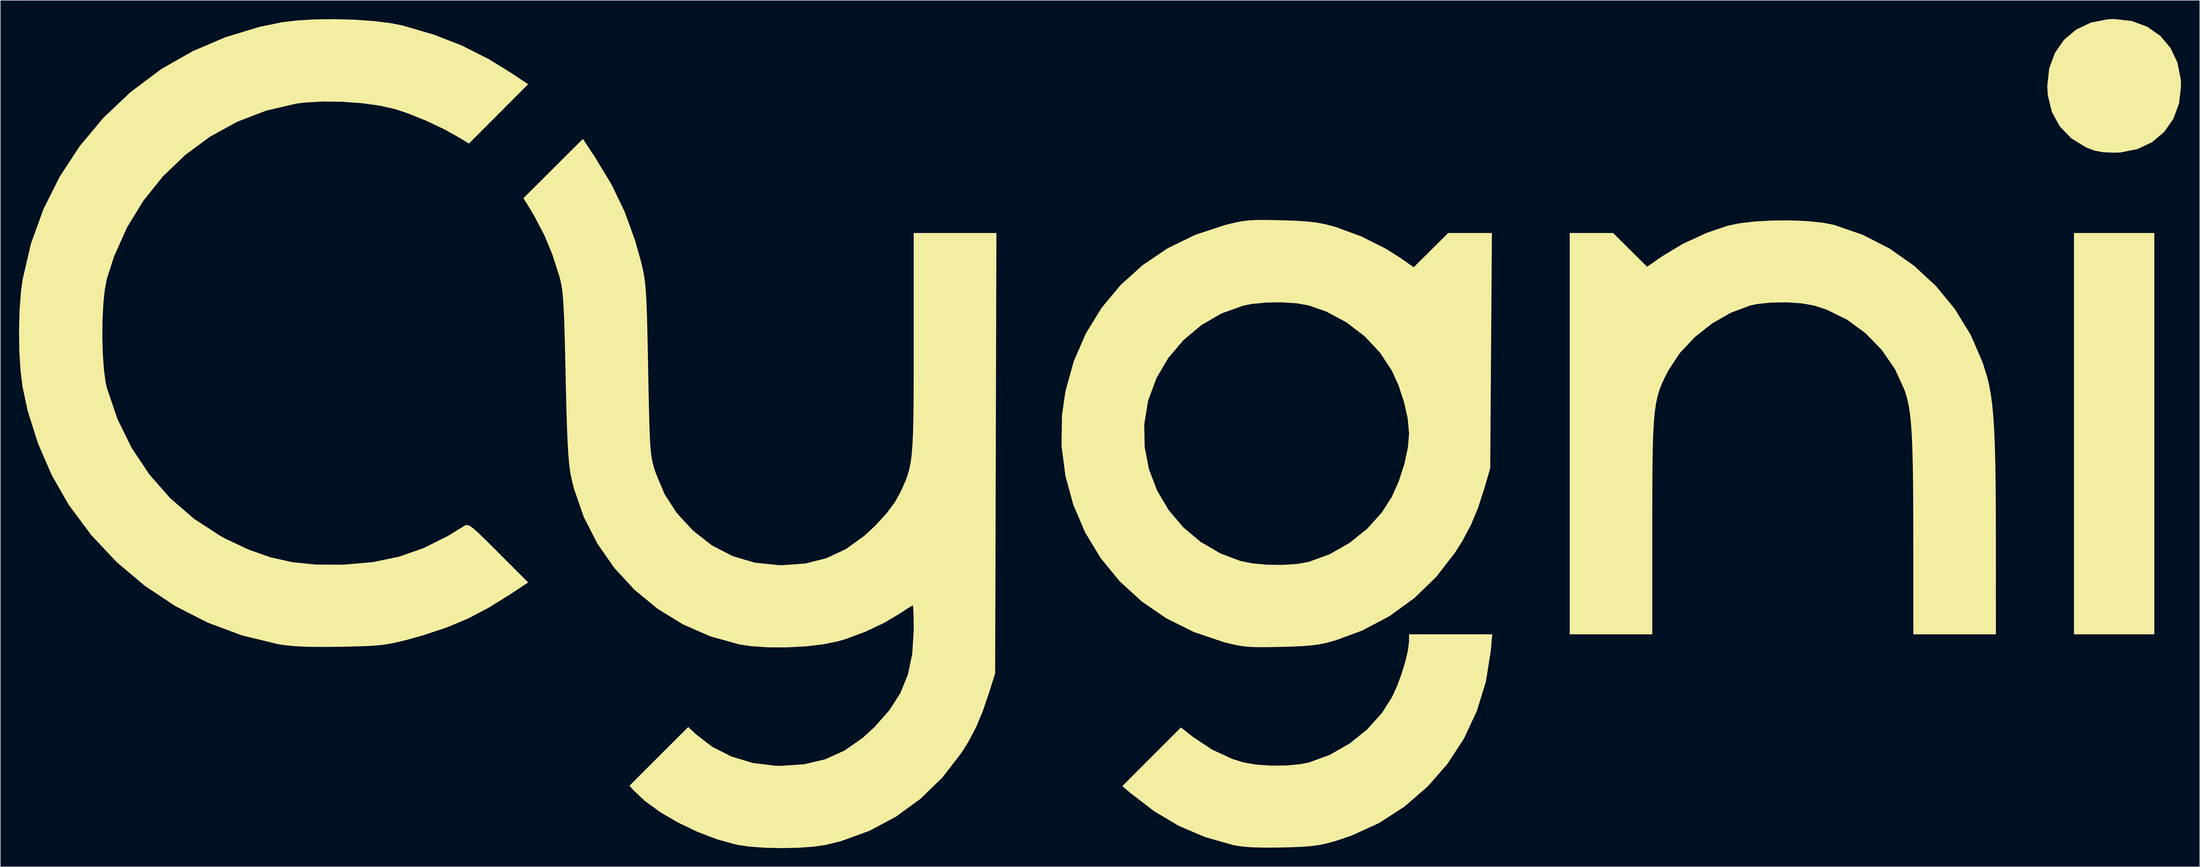
<source format=kicad_pcb>
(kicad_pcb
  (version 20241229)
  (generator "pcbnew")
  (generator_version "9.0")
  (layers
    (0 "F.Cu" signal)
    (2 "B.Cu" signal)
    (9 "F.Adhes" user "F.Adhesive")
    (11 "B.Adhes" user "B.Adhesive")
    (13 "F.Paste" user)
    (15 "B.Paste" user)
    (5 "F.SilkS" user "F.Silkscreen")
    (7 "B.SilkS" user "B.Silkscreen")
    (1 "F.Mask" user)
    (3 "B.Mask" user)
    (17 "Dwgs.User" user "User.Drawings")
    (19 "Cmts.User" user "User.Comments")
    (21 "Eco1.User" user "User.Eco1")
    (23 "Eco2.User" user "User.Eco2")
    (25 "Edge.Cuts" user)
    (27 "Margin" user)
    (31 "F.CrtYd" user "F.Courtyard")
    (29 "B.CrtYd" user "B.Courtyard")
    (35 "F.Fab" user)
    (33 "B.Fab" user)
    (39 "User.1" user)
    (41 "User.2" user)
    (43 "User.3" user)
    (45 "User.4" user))
  (footprint "cygni_logo"
    (layer "F.Cu")
    (at 173.141 66.534)
    (property "Reference" "cygni_logo" (at 0 0 0) (layer "F.SilkS") (effects (font (size 1.5 1.5) (thickness 0.3))))
    (attr board_only exclude_from_pos_files exclude_from_bom)
    (fp_poly (pts (xy 169.214 0) (xy 169.214 32.197) (xy 162.775 32.197) (xy 156.335 32.197) (xy 156.335 0) (xy 156.335 -32.197) (xy 162.775 -32.197) (xy 169.214 -32.197)) (stroke (width 0) (type solid)) (fill yes) (layer "F.SilkS"))
    (fp_poly (pts (xy 165.596 -66.213) (xy 168.082 -65.293) (xy 170.172 -63.834) (xy 171.806 -61.896) (xy 172.922 -59.541) (xy 173.46 -56.831) (xy 173.5 -55.808) (xy 173.18 -52.988) (xy 172.259 -50.501) (xy 170.8 -48.411) (xy 168.862 -46.777) (xy 166.507 -45.661) (xy 163.797 -45.123) (xy 162.775 -45.083) (xy 160.994 -45.158) (xy 159.595 -45.423) (xy 158.266 -45.933) (xy 155.881 -47.405) (xy 154.044 -49.323) (xy 152.786 -51.638) (xy 152.137 -54.303) (xy 152.049 -55.808) (xy 152.37 -58.629) (xy 153.29 -61.116) (xy 154.75 -63.206) (xy 156.687 -64.84) (xy 159.042 -65.956) (xy 161.752 -66.494) (xy 162.775 -66.534)) (stroke (width 0) (type solid)) (fill yes) (layer "F.SilkS"))
    (fp_poly (pts (xy 62.815 34.97) (xy 62.034 39.831) (xy 60.594 44.506) (xy 58.534 48.916) (xy 55.889 52.983) (xy 52.71 56.614) (xy 48.959 59.866) (xy 44.921 62.478) (xy 40.524 64.493) (xy 38.082 65.317) (xy 36.686 65.708) (xy 35.409 65.986) (xy 34.061 66.175) (xy 32.456 66.297) (xy 30.404 66.375) (xy 29.335 66.402) (xy 26.522 66.428) (xy 24.303 66.362) (xy 22.564 66.199) (xy 21.505 66.009) (xy 16.981 64.717) (xy 12.827 62.943) (xy 8.893 60.61) (xy 5.03 57.643) (xy 5.008 57.624) (xy 3.756 56.553) (xy 8.452 51.845) (xy 13.148 47.136) (xy 15.052 48.641) (xy 18.094 50.671) (xy 21.369 52.183) (xy 23.155 52.742) (xy 25.156 53.096) (xy 27.531 53.264) (xy 29.994 53.247) (xy 32.26 53.043) (xy 33.628 52.775) (xy 36.987 51.551) (xy 40.15 49.752) (xy 42.988 47.478) (xy 45.373 44.829) (xy 46.969 42.322) (xy 47.763 40.592) (xy 48.502 38.607) (xy 49.12 36.587) (xy 49.549 34.748) (xy 49.726 33.31) (xy 49.727 33.213) (xy 49.727 32.197) (xy 56.394 32.197) (xy 63.062 32.197)) (stroke (width 0) (type solid)) (fill yes) (layer "F.SilkS"))
    (fp_poly (pts (xy 113.653 -34.1) (xy 116.111 -33.843) (xy 117.877 -33.496) (xy 122.475 -31.905) (xy 126.769 -29.702) (xy 130.701 -26.94) (xy 134.216 -23.675) (xy 137.257 -19.965) (xy 139.768 -15.863) (xy 141.692 -11.427) (xy 142.368 -9.277) (xy 142.694 -7.968) (xy 142.969 -6.529) (xy 143.198 -4.893) (xy 143.385 -2.994) (xy 143.532 -0.766) (xy 143.644 1.857) (xy 143.724 4.942) (xy 143.776 8.554) (xy 143.804 12.761) (xy 143.811 16.725) (xy 143.814 32.197) (xy 137.196 32.197) (xy 130.577 32.197) (xy 130.571 16.725) (xy 130.562 12.266) (xy 130.538 8.457) (xy 130.493 5.231) (xy 130.425 2.52) (xy 130.329 0.26) (xy 130.201 -1.617) (xy 130.038 -3.178) (xy 129.836 -4.487) (xy 129.59 -5.613) (xy 129.298 -6.62) (xy 129.18 -6.965) (xy 127.627 -10.366) (xy 125.51 -13.443) (xy 122.916 -16.114) (xy 119.932 -18.299) (xy 116.645 -19.916) (xy 114.639 -20.56) (xy 112.63 -20.913) (xy 110.253 -21.073) (xy 107.802 -21.037) (xy 105.572 -20.807) (xy 104.478 -20.579) (xy 101.334 -19.413) (xy 98.295 -17.67) (xy 95.511 -15.467) (xy 93.134 -12.926) (xy 91.312 -10.164) (xy 91.294 -10.129) (xy 90.741 -9.048) (xy 90.273 -8.043) (xy 89.884 -7.042) (xy 89.566 -5.978) (xy 89.311 -4.78) (xy 89.114 -3.379) (xy 88.966 -1.706) (xy 88.861 0.309) (xy 88.791 2.736) (xy 88.749 5.643) (xy 88.728 9.1) (xy 88.721 13.177) (xy 88.721 14.904) (xy 88.721 32.197) (xy 82.103 32.197) (xy 75.485 32.197) (xy 75.485 0) (xy 75.485 -32.197) (xy 78.965 -32.197) (xy 82.445 -32.197) (xy 85.17 -29.488) (xy 87.896 -26.778) (xy 90.258 -28.429) (xy 93.621 -30.464) (xy 97.404 -32.2) (xy 100.743 -33.345) (xy 102.73 -33.762) (xy 105.218 -34.048) (xy 108.003 -34.201) (xy 110.882 -34.219)) (stroke (width 0) (type solid)) (fill yes) (layer "F.SilkS"))
    (fp_poly (pts (xy 27.069 -34.292) (xy 29.252 -34.241) (xy 29.335 -34.239) (xy 31.676 -34.154) (xy 33.491 -34.036) (xy 34.967 -33.861) (xy 36.295 -33.605) (xy 37.663 -33.244) (xy 38.024 -33.137) (xy 42.114 -31.63) (xy 46.035 -29.656) (xy 48.402 -28.153) (xy 50.477 -26.703) (xy 53.24 -29.45) (xy 56.003 -32.197) (xy 59.506 -32.197) (xy 63.009 -32.197) (xy 62.874 -13.326) (xy 62.739 5.545) (xy 61.804 8.765) (xy 60.787 11.91) (xy 59.66 14.624) (xy 58.291 17.19) (xy 57.061 19.139) (xy 54.061 23.01) (xy 50.552 26.403) (xy 46.595 29.274) (xy 42.251 31.577) (xy 38.082 33.121) (xy 36.716 33.506) (xy 35.464 33.781) (xy 34.147 33.971) (xy 32.583 34.096) (xy 30.59 34.179) (xy 29.156 34.216) (xy 26.911 34.258) (xy 25.202 34.255) (xy 23.851 34.191) (xy 22.679 34.051) (xy 21.507 33.821) (xy 20.158 33.485) (xy 20.034 33.452) (xy 15.242 31.837) (xy 10.834 29.644) (xy 6.848 26.911) (xy 3.322 23.679) (xy 0.296 19.989) (xy -2.195 15.88) (xy -4.11 11.392) (xy -5.368 6.79) (xy -6 1.911) (xy -5.946 -1.465) (xy 7.269 -1.465) (xy 7.342 2.21) (xy 8.044 5.769) (xy 9.333 9.136) (xy 11.166 12.239) (xy 13.502 15.005) (xy 16.297 17.36) (xy 19.508 19.231) (xy 22.717 20.438) (xy 24.641 20.821) (xy 26.974 21.028) (xy 29.439 21.058) (xy 31.76 20.906) (xy 33.628 20.578) (xy 36.987 19.354) (xy 40.15 17.554) (xy 42.988 15.281) (xy 45.373 12.632) (xy 46.969 10.124) (xy 48.093 7.6) (xy 48.974 4.874) (xy 49.542 2.205) (xy 49.727 0) (xy 49.514 -2.384) (xy 48.923 -5.062) (xy 48.025 -7.774) (xy 46.974 -10.102) (xy 45.054 -13.026) (xy 42.574 -15.65) (xy 39.661 -17.874) (xy 36.443 -19.598) (xy 33.628 -20.578) (xy 31.678 -20.92) (xy 29.323 -21.073) (xy 26.847 -21.038) (xy 24.533 -20.816) (xy 23.126 -20.54) (xy 19.624 -19.277) (xy 16.407 -17.407) (xy 13.551 -15.01) (xy 11.135 -12.162) (xy 9.237 -8.942) (xy 7.934 -5.43) (xy 7.869 -5.183) (xy 7.269 -1.465) (xy -5.946 -1.465) (xy -5.922 -2.991) (xy -5.368 -6.79) (xy -4.036 -11.607) (xy -2.095 -16.08) (xy 0.417 -20.169) (xy 3.464 -23.834) (xy 7.008 -27.038) (xy 11.012 -29.74) (xy 15.438 -31.902) (xy 20.213 -33.475) (xy 21.668 -33.834) (xy 22.893 -34.079) (xy 24.077 -34.226) (xy 25.406 -34.292)) (stroke (width 0) (type solid)) (fill yes) (layer "F.SilkS"))
    (fp_poly (pts (xy -119.24 -66.416) (xy -116.209 -66.201) (xy -113.529 -65.869) (xy -111.662 -65.498) (xy -106.645 -64.032) (xy -102.098 -62.259) (xy -97.812 -60.087) (xy -94.497 -58.048) (xy -91.509 -56.071) (xy -96.262 -51.308) (xy -101.016 -46.545) (xy -102.471 -47.448) (xy -104.986 -48.853) (xy -107.882 -50.221) (xy -110.83 -51.405) (xy -112.869 -52.082) (xy -115.328 -52.639) (xy -118.249 -53.035) (xy -121.392 -53.257) (xy -124.519 -53.291) (xy -127.391 -53.125) (xy -128.697 -52.955) (xy -133.563 -51.817) (xy -138.18 -50.037) (xy -142.5 -47.661) (xy -146.472 -44.734) (xy -150.049 -41.302) (xy -153.18 -37.409) (xy -155.818 -33.103) (xy -157.912 -28.427) (xy -159.054 -24.863) (xy -159.389 -23.108) (xy -159.622 -20.832) (xy -159.753 -18.223) (xy -159.781 -15.47) (xy -159.706 -12.759) (xy -159.529 -10.278) (xy -159.25 -8.216) (xy -159.054 -7.334) (xy -157.358 -2.345) (xy -155.076 2.297) (xy -152.245 6.544) (xy -148.905 10.345) (xy -145.095 13.652) (xy -140.854 16.415) (xy -140.006 16.872) (xy -136.344 18.601) (xy -132.843 19.838) (xy -129.305 20.625) (xy -125.534 21.006) (xy -121.332 21.023) (xy -121.024 21.012) (xy -116.435 20.614) (xy -112.24 19.747) (xy -108.264 18.357) (xy -104.328 16.386) (xy -101.871 14.874) (xy -101.563 14.7) (xy -101.253 14.657) (xy -100.861 14.802) (xy -100.309 15.197) (xy -99.518 15.9) (xy -98.409 16.971) (xy -96.903 18.47) (xy -96.273 19.101) (xy -91.509 23.874) (xy -94.497 25.85) (xy -97.89 27.955) (xy -101.161 29.668) (xy -104.548 31.093) (xy -108.284 32.335) (xy -110.544 32.97) (xy -112.047 33.359) (xy -113.334 33.647) (xy -114.563 33.852) (xy -115.896 33.993) (xy -117.49 34.086) (xy -119.507 34.15) (xy -121.634 34.193) (xy -124.621 34.224) (xy -127.029 34.193) (xy -128.991 34.096) (xy -130.641 33.927) (xy -131.651 33.768) (xy -137.39 32.371) (xy -142.9 30.317) (xy -148.13 27.641) (xy -153.023 24.378) (xy -157.528 20.566) (xy -161.59 16.239) (xy -165.155 11.434) (xy -165.254 11.282) (xy -167.909 6.621) (xy -170.104 1.559) (xy -171.76 -3.697) (xy -172.573 -7.486) (xy -172.899 -10.102) (xy -173.088 -13.177) (xy -173.141 -16.468) (xy -173.058 -19.733) (xy -172.838 -22.726) (xy -172.573 -24.711) (xy -171.23 -30.482) (xy -169.23 -36.014) (xy -166.605 -41.257) (xy -163.386 -46.164) (xy -159.608 -50.685) (xy -155.301 -54.772) (xy -150.498 -58.376) (xy -150.087 -58.646) (xy -145.264 -61.386) (xy -140.044 -63.615) (xy -134.59 -65.272) (xy -130.999 -66.011) (xy -128.5 -66.313) (xy -125.578 -66.477) (xy -122.427 -66.51)) (stroke (width 0) (type solid)) (fill yes) (layer "F.SilkS"))
    (fp_poly (pts (xy -80.758 -44.308) (xy -78.136 -39.967) (xy -76.044 -35.62) (xy -74.372 -31.016) (xy -73.454 -27.751) (xy -73.219 -26.799) (xy -73.026 -25.914) (xy -72.869 -25.011) (xy -72.742 -24.004) (xy -72.639 -22.808) (xy -72.554 -21.338) (xy -72.482 -19.507) (xy -72.417 -17.232) (xy -72.353 -14.426) (xy -72.284 -11.003) (xy -72.272 -10.375) (xy -72.203 -6.867) (xy -72.141 -3.994) (xy -72.081 -1.674) (xy -72.016 0.174) (xy -71.94 1.629) (xy -71.849 2.774) (xy -71.735 3.689) (xy -71.593 4.455) (xy -71.418 5.154) (xy -71.202 5.865) (xy -71.066 6.289) (xy -69.647 9.688) (xy -67.693 12.72) (xy -65.118 15.518) (xy -65.07 15.562) (xy -62.034 17.936) (xy -58.735 19.647) (xy -55.159 20.7) (xy -51.289 21.102) (xy -50.8 21.107) (xy -47.064 20.833) (xy -43.685 19.983) (xy -40.568 18.519) (xy -37.623 16.402) (xy -35.951 14.854) (xy -34.104 12.863) (xy -32.763 11.071) (xy -31.951 9.629) (xy -31.462 8.599) (xy -31.049 7.664) (xy -30.706 6.752) (xy -30.426 5.796) (xy -30.203 4.724) (xy -30.031 3.469) (xy -29.902 1.959) (xy -29.811 0.127) (xy -29.752 -2.099) (xy -29.716 -4.787) (xy -29.699 -8.006) (xy -29.693 -11.827) (xy -29.693 -14.63) (xy -29.693 -32.197) (xy -23.065 -32.197) (xy -16.436 -32.197) (xy -16.536 3.13) (xy -16.636 38.458) (xy -17.606 41.548) (xy -18.636 44.568) (xy -19.705 47.115) (xy -20.92 49.425) (xy -22.047 51.226) (xy -25.069 55.144) (xy -28.571 58.559) (xy -32.494 61.432) (xy -36.78 63.723) (xy -41.369 65.391) (xy -43.818 65.992) (xy -45.817 66.281) (xy -48.28 66.451) (xy -50.974 66.503) (xy -53.663 66.437) (xy -56.115 66.254) (xy -58.09 65.955) (xy -61.198 65.1) (xy -64.384 63.886) (xy -67.487 62.398) (xy -70.346 60.72) (xy -72.801 58.936) (xy -74.571 57.266) (xy -75.268 56.49) (xy -70.556 51.777) (xy -65.843 47.065) (xy -64.672 48.182) (xy -62.009 50.241) (xy -58.908 51.809) (xy -55.487 52.84) (xy -51.867 53.288) (xy -51.036 53.304) (xy -47.261 53.048) (xy -43.889 52.25) (xy -40.807 50.861) (xy -37.903 48.837) (xy -35.951 47.051) (xy -33.584 44.364) (xy -31.825 41.603) (xy -30.625 38.641) (xy -29.931 35.349) (xy -29.694 31.601) (xy -29.693 31.341) (xy -29.706 29.79) (xy -29.739 28.546) (xy -29.789 27.755) (xy -29.836 27.546) (xy -30.182 27.732) (xy -30.946 28.217) (xy -31.893 28.848) (xy -34.458 30.371) (xy -37.434 31.777) (xy -40.518 32.93) (xy -41.788 33.31) (xy -44.153 33.797) (xy -46.979 34.127) (xy -50.026 34.292) (xy -53.056 34.283) (xy -55.828 34.094) (xy -57.627 33.823) (xy -62.32 32.517) (xy -66.722 30.588) (xy -70.784 28.086) (xy -74.453 25.062) (xy -77.679 21.566) (xy -80.411 17.649) (xy -82.598 13.363) (xy -84.188 8.757) (xy -84.617 6.976) (xy -84.791 6.008) (xy -84.94 4.821) (xy -85.069 3.337) (xy -85.18 1.483) (xy -85.28 -0.817) (xy -85.371 -3.639) (xy -85.457 -7.058) (xy -85.506 -9.301) (xy -85.583 -12.846) (xy -85.656 -15.756) (xy -85.731 -18.112) (xy -85.811 -19.995) (xy -85.902 -21.486) (xy -86.01 -22.666) (xy -86.138 -23.616) (xy -86.293 -24.416) (xy -86.479 -25.148) (xy -86.5 -25.221) (xy -87.621 -28.72) (xy -88.911 -31.836) (xy -90.515 -34.901) (xy -91.368 -36.335) (xy -92.261 -37.79) (xy -87.498 -42.543) (xy -82.734 -47.297)) (stroke (width 0) (type solid)) (fill yes) (layer "F.SilkS")))
  (gr_rect
    (start -3 -3)
    (end 349.641 136.037)
    (stroke (width 0.1) (type default))
    (fill no)
    (layer "Edge.Cuts")))
</source>
